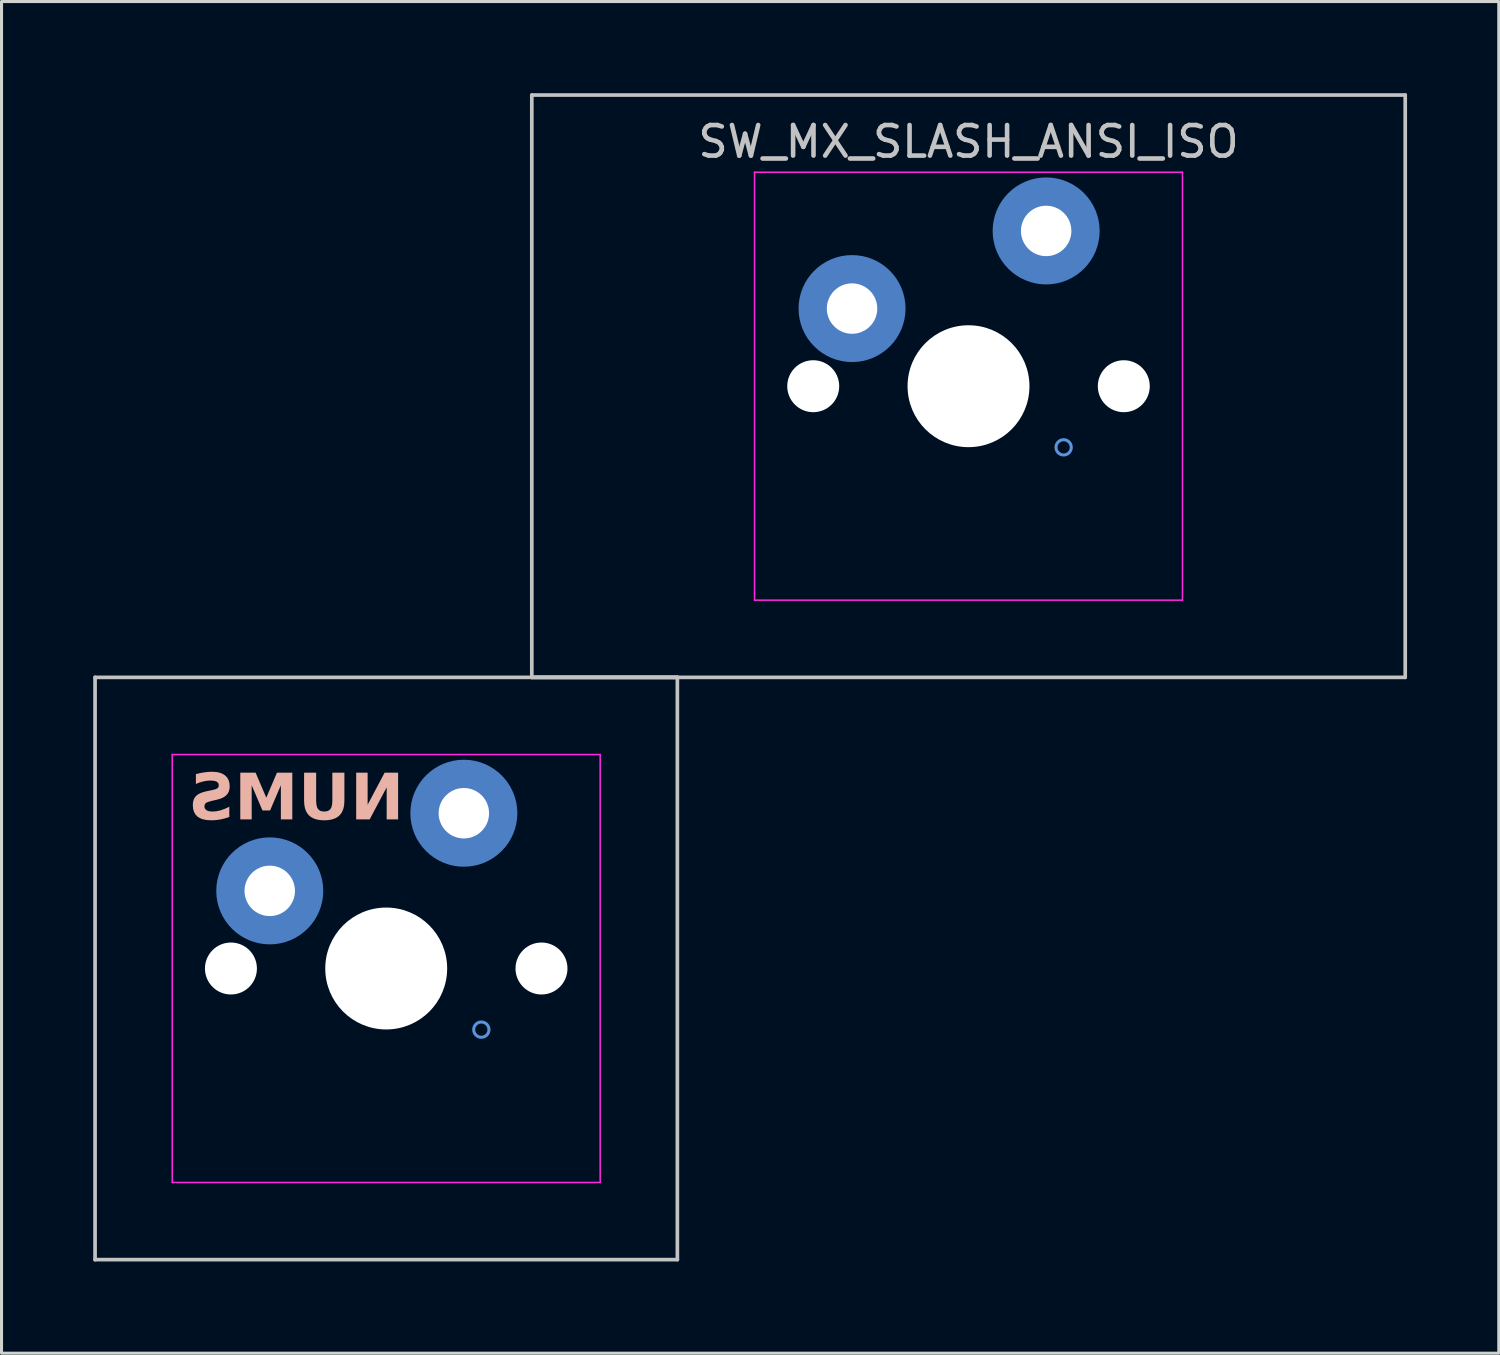
<source format=kicad_pcb>
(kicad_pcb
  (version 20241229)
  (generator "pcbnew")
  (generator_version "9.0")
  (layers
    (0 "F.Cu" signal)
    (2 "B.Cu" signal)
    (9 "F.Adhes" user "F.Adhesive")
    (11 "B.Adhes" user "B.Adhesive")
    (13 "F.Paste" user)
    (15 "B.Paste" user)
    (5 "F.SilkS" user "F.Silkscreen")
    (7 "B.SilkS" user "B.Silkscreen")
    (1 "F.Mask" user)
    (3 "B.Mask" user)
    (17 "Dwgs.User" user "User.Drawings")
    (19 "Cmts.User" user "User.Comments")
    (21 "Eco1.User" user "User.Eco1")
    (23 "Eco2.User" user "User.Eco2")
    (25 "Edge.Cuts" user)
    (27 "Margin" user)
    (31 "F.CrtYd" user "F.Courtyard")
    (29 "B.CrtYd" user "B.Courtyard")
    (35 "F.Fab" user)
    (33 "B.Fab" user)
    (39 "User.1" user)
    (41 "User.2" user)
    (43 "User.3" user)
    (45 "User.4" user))
  (footprint "SW_MX_SLASH_ANSI_ISO"
    (layer "F.Cu")
    (at 28.635 9.585)
    (property "Reference" "SW_MX_SLASH_ANSI_ISO" (at 0 -8 0) (layer "Dwgs.User") (effects (font (size 1 1) (thickness 0.15))))
    (attr through_hole exclude_from_pos_files exclude_from_bom)
    (fp_line (start -28.575 9.525) (end -28.575 28.575) (stroke (width 0.12) (type solid)) (layer "Dwgs.User"))
    (fp_line (start -28.575 28.575) (end -9.525 28.575) (stroke (width 0.12) (type solid)) (layer "Dwgs.User"))
    (fp_line (start -14.287 -9.525) (end -14.287 9.525) (stroke (width 0.12) (type solid)) (layer "Dwgs.User"))
    (fp_line (start -14.287 9.525) (end -9.525 9.525) (stroke (width 0.12) (type solid)) (layer "Dwgs.User"))
    (fp_line (start -14.287 9.525) (end 14.287 9.525) (stroke (width 0.12) (type solid)) (layer "Dwgs.User"))
    (fp_line (start -9.525 9.525) (end -28.575 9.525) (stroke (width 0.12) (type solid)) (layer "Dwgs.User"))
    (fp_line (start -9.525 28.575) (end -9.525 9.525) (stroke (width 0.12) (type solid)) (layer "Dwgs.User"))
    (fp_line (start 14.287 -9.525) (end -14.287 -9.525) (stroke (width 0.12) (type solid)) (layer "Dwgs.User"))
    (fp_line (start 14.287 9.525) (end 14.287 -9.525) (stroke (width 0.12) (type solid)) (layer "Dwgs.User"))
    (fp_circle (center -15.938 21.05) (end -15.938 20.8) (stroke (width 0.1) (type default)) (fill no) (layer "Cmts.User"))
    (fp_circle (center 3.112 2) (end 3.112 1.75) (stroke (width 0.1) (type default)) (fill no) (layer "Cmts.User"))
    (fp_line (start -26.05 25.55) (end -26.05 12.55) (stroke (width 0.05) (type solid)) (layer "Eco2.User"))
    (fp_line (start -25.55 12.05) (end -12.55 12.05) (stroke (width 0.05) (type solid)) (layer "Eco2.User"))
    (fp_line (start -12.55 26.05) (end -25.55 26.05) (stroke (width 0.05) (type solid)) (layer "Eco2.User"))
    (fp_line (start -12.05 12.55) (end -12.05 25.55) (stroke (width 0.05) (type solid)) (layer "Eco2.User"))
    (fp_line (start -7 6.5) (end -7 -6.5) (stroke (width 0.05) (type solid)) (layer "Eco2.User"))
    (fp_line (start -6.5 -7) (end 6.5 -7) (stroke (width 0.05) (type solid)) (layer "Eco2.User"))
    (fp_line (start 6.5 7) (end -6.5 7) (stroke (width 0.05) (type solid)) (layer "Eco2.User"))
    (fp_line (start 7 -6.5) (end 7 6.5) (stroke (width 0.05) (type solid)) (layer "Eco2.User"))
    (fp_arc (start -26.05 12.55) (mid -25.903553 12.196447) (end -25.55 12.05) (stroke (width 0.05) (type solid)) (layer "Eco2.User"))
    (fp_arc (start -25.55 26.05) (mid -25.903553 25.903553) (end -26.05 25.55) (stroke (width 0.05) (type solid)) (layer "Eco2.User"))
    (fp_arc (start -12.55 12.05) (mid -12.196447 12.196447) (end -12.05 12.55) (stroke (width 0.05) (type solid)) (layer "Eco2.User"))
    (fp_arc (start -12.052764 25.548884) (mid -12.199211 25.902437) (end -12.552764 26.048884) (stroke (width 0.05) (type solid)) (layer "Eco2.User"))
    (fp_arc (start -7 -6.5) (mid -6.853553 -6.853553) (end -6.5 -7) (stroke (width 0.05) (type solid)) (layer "Eco2.User"))
    (fp_arc (start -6.5 7) (mid -6.853553 6.853553) (end -7 6.5) (stroke (width 0.05) (type solid)) (layer "Eco2.User"))
    (fp_arc (start 6.5 -7) (mid 6.853553 -6.853553) (end 7 -6.5) (stroke (width 0.05) (type solid)) (layer "Eco2.User"))
    (fp_arc (start 6.997236 6.498884) (mid 6.850789 6.852437) (end 6.497236 6.998884) (stroke (width 0.05) (type solid)) (layer "Eco2.User"))
    (fp_line (start -26.05 12.05) (end -26.05 26.05) (stroke (width 0.05) (type solid)) (layer "F.CrtYd"))
    (fp_line (start -26.05 26.05) (end -12.05 26.05) (stroke (width 0.05) (type solid)) (layer "F.CrtYd"))
    (fp_line (start -12.05 12.05) (end -26.05 12.05) (stroke (width 0.05) (type solid)) (layer "F.CrtYd"))
    (fp_line (start -12.05 26.05) (end -12.05 12.05) (stroke (width 0.05) (type solid)) (layer "F.CrtYd"))
    (fp_line (start -7 -7) (end -7 7) (stroke (width 0.05) (type solid)) (layer "F.CrtYd"))
    (fp_line (start -7 7) (end 7 7) (stroke (width 0.05) (type solid)) (layer "F.CrtYd"))
    (fp_line (start 7 -7) (end -7 -7) (stroke (width 0.05) (type solid)) (layer "F.CrtYd"))
    (fp_line (start 7 7) (end 7 -7) (stroke (width 0.05) (type solid)) (layer "F.CrtYd"))
    (fp_text user "NUMS" (at -22 13.55 0) (unlocked yes) (layer "B.SilkS") (effects (font (face "Nicolas Cochin EF") (size 1.5 1.5) (thickness 0.3) (bold yes)) (justify mirror)))
    (pad "" np_thru_hole circle (at -24.13 19.05) (size 1.7 1.7) (drill 1.7) (layers "*.Cu" "*.Mask"))
    (pad "" np_thru_hole circle (at -19.05 19.05) (size 3.988 3.988) (drill 3.988) (layers "*.Cu" "*.Mask"))
    (pad "" np_thru_hole circle (at -13.97 19.05) (size 1.7 1.7) (drill 1.7) (layers "*.Cu" "*.Mask"))
    (pad "" np_thru_hole circle (at -5.08 0) (size 1.7 1.7) (drill 1.7) (layers "*.Cu" "*.Mask"))
    (pad "" np_thru_hole circle (at 0 0) (size 3.988 3.988) (drill 3.988) (layers "*.Cu" "*.Mask"))
    (pad "" np_thru_hole circle (at 5.08 0) (size 1.7 1.7) (drill 1.7) (layers "*.Cu" "*.Mask"))
    (pad "1" thru_hole circle (at -22.86 16.51) (size 2 2) (drill 1.65) (layers "*.Cu") (remove_unused_layers yes) (keep_end_layers yes) (zone_layer_connections))
    (pad "1" smd circle (at -22.86 16.51) (size 2.5 2.5) (layers "B.Cu" "B.Mask"))
    (pad "1" smd circle (at -22.86 16.51) (size 3.5 3.5) (layers "B.Cu"))
    (pad "1" thru_hole circle (at -3.81 -2.54) (size 2 2) (drill 1.65) (layers "*.Cu") (remove_unused_layers yes) (keep_end_layers yes) (zone_layer_connections))
    (pad "1" smd circle (at -3.81 -2.54) (size 2.5 2.5) (layers "B.Cu" "B.Mask"))
    (pad "1" smd circle (at -3.81 -2.54) (size 3.5 3.5) (layers "B.Cu"))
    (pad "2" thru_hole circle (at -16.51 13.97) (size 2 2) (drill 1.65) (layers "*.Cu") (remove_unused_layers yes) (keep_end_layers yes) (zone_layer_connections))
    (pad "2" smd circle (at -16.51 13.97) (size 2.5 2.5) (layers "B.Cu" "B.Mask"))
    (pad "2" smd circle (at -16.51 13.97) (size 3.5 3.5) (layers "B.Cu"))
    (pad "2" thru_hole circle (at 2.54 -5.08) (size 2 2) (drill 1.65) (layers "*.Cu") (remove_unused_layers yes) (keep_end_layers yes) (zone_layer_connections))
    (pad "2" smd circle (at 2.54 -5.08) (size 2.5 2.5) (layers "B.Cu" "B.Mask"))
    (pad "2" smd circle (at 2.54 -5.08) (size 3.5 3.5) (layers "B.Cu")))
  (gr_rect
    (start -3 -3)
    (end 45.983 41.22)
    (stroke (width 0.1) (type default))
    (fill no)
    (layer "Edge.Cuts")))
</source>
